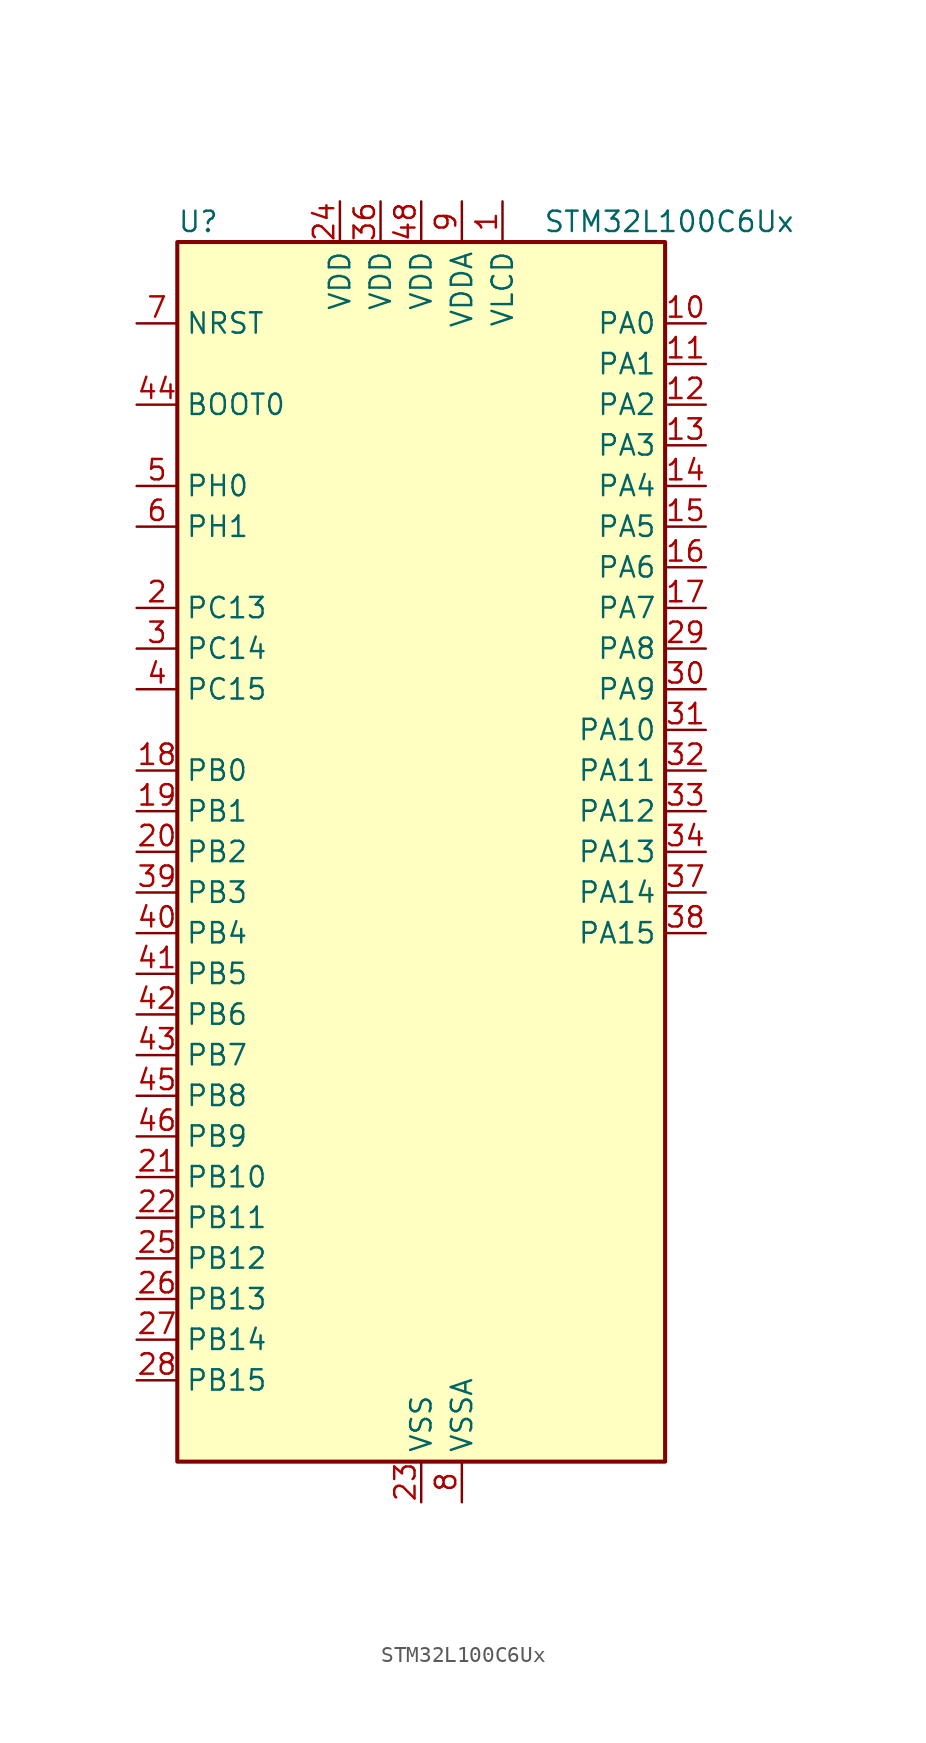
<source format=kicad_sym>
(kicad_symbol_lib
  (version 20241209)
  (generator "kicad_symbol_editor")
  (generator_version "9.0")
  (symbol "STM32L100C6Ux"
    (property "Reference" "U"
      (at -15.24 39.37 0)
      (effects (font (size 1.27 1.27)) (justify left)))
    (property "Value" "STM32L100C6Ux"
      (at 7.62 39.37 0)
      (effects (font (size 1.27 1.27)) (justify left)))
    (symbol "STM32L100C6Ux_0_1"
      (rectangle (start -15.24 -38.1) (end 15.24 38.1) (stroke (width 0.254) (type default)) (fill (type background))))
    (symbol "STM32L100C6Ux_1_1"
      (pin input line (at -17.78 33.02 0) (length 2.54) (name "NRST" (effects (font (size 1.27 1.27)))) (number "7" (effects (font (size 1.27 1.27)))))
      (pin input line (at -17.78 27.94 0) (length 2.54) (name "BOOT0" (effects (font (size 1.27 1.27)))) (number "44" (effects (font (size 1.27 1.27)))))
      (pin bidirectional line (at -17.78 22.86 0) (length 2.54) (name "PH0" (effects (font (size 1.27 1.27)))) (number "5" (effects (font (size 1.27 1.27)))) (alternate "RCC_OSC_IN" bidirectional line))
      (pin bidirectional line (at -17.78 20.32 0) (length 2.54) (name "PH1" (effects (font (size 1.27 1.27)))) (number "6" (effects (font (size 1.27 1.27)))) (alternate "RCC_OSC_OUT" bidirectional line))
      (pin bidirectional line (at -17.78 15.24 0) (length 2.54) (name "PC13" (effects (font (size 1.27 1.27)))) (number "2" (effects (font (size 1.27 1.27)))) (alternate "RTC_OUT_ALARM" bidirectional line) (alternate "RTC_OUT_CALIB" bidirectional line) (alternate "RTC_TAMP1" bidirectional line) (alternate "RTC_TS" bidirectional line) (alternate "SYS_WKUP2" bidirectional line) (alternate "TIMX_IC2" bidirectional line))
      (pin bidirectional line (at -17.78 12.7 0) (length 2.54) (name "PC14" (effects (font (size 1.27 1.27)))) (number "3" (effects (font (size 1.27 1.27)))) (alternate "RCC_OSC32_IN" bidirectional line) (alternate "TIMX_IC3" bidirectional line))
      (pin bidirectional line (at -17.78 10.16 0) (length 2.54) (name "PC15" (effects (font (size 1.27 1.27)))) (number "4" (effects (font (size 1.27 1.27)))) (alternate "ADC_EXTI15" bidirectional line) (alternate "RCC_OSC32_OUT" bidirectional line) (alternate "TIMX_IC4" bidirectional line))
      (pin bidirectional line (at -17.78 5.08 0) (length 2.54) (name "PB0" (effects (font (size 1.27 1.27)))) (number "18" (effects (font (size 1.27 1.27)))) (alternate "ADC_IN8" bidirectional line) (alternate "COMP1_INP" bidirectional line) (alternate "LCD_SEG5" bidirectional line) (alternate "SYS_V_REF_OUT" bidirectional line) (alternate "TIM3_CH3" bidirectional line))
      (pin bidirectional line (at -17.78 2.54 0) (length 2.54) (name "PB1" (effects (font (size 1.27 1.27)))) (number "19" (effects (font (size 1.27 1.27)))) (alternate "ADC_IN9" bidirectional line) (alternate "COMP1_INP" bidirectional line) (alternate "LCD_SEG6" bidirectional line) (alternate "SYS_V_REF_OUT" bidirectional line) (alternate "TIM3_CH4" bidirectional line))
      (pin bidirectional line (at -17.78 0 0) (length 2.54) (name "PB2" (effects (font (size 1.27 1.27)))) (number "20" (effects (font (size 1.27 1.27)))))
      (pin bidirectional line (at -17.78 -2.54 0) (length 2.54) (name "PB3" (effects (font (size 1.27 1.27)))) (number "39" (effects (font (size 1.27 1.27)))) (alternate "COMP2_INM" bidirectional line) (alternate "LCD_SEG7" bidirectional line) (alternate "SPI1_SCK" bidirectional line) (alternate "SYS_JTDO-TRACESWO" bidirectional line) (alternate "TIM2_CH2" bidirectional line))
      (pin bidirectional line (at -17.78 -5.08 0) (length 2.54) (name "PB4" (effects (font (size 1.27 1.27)))) (number "40" (effects (font (size 1.27 1.27)))) (alternate "COMP2_INP" bidirectional line) (alternate "LCD_SEG8" bidirectional line) (alternate "SPI1_MISO" bidirectional line) (alternate "SYS_JTRST" bidirectional line) (alternate "TIM3_CH1" bidirectional line))
      (pin bidirectional line (at -17.78 -7.62 0) (length 2.54) (name "PB5" (effects (font (size 1.27 1.27)))) (number "41" (effects (font (size 1.27 1.27)))) (alternate "COMP2_INP" bidirectional line) (alternate "I2C1_SMBA" bidirectional line) (alternate "LCD_SEG9" bidirectional line) (alternate "SPI1_MOSI" bidirectional line) (alternate "TIM3_CH2" bidirectional line))
      (pin bidirectional line (at -17.78 -10.16 0) (length 2.54) (name "PB6" (effects (font (size 1.27 1.27)))) (number "42" (effects (font (size 1.27 1.27)))) (alternate "I2C1_SCL" bidirectional line) (alternate "TIM4_CH1" bidirectional line) (alternate "USART1_TX" bidirectional line))
      (pin bidirectional line (at -17.78 -12.7 0) (length 2.54) (name "PB7" (effects (font (size 1.27 1.27)))) (number "43" (effects (font (size 1.27 1.27)))) (alternate "I2C1_SDA" bidirectional line) (alternate "SYS_PVD_IN" bidirectional line) (alternate "TIM4_CH2" bidirectional line) (alternate "USART1_RX" bidirectional line))
      (pin bidirectional line (at -17.78 -15.24 0) (length 2.54) (name "PB8" (effects (font (size 1.27 1.27)))) (number "45" (effects (font (size 1.27 1.27)))) (alternate "I2C1_SCL" bidirectional line) (alternate "LCD_SEG16" bidirectional line) (alternate "TIM10_CH1" bidirectional line) (alternate "TIM4_CH3" bidirectional line))
      (pin bidirectional line (at -17.78 -17.78 0) (length 2.54) (name "PB9" (effects (font (size 1.27 1.27)))) (number "46" (effects (font (size 1.27 1.27)))) (alternate "DAC_EXTI9" bidirectional line) (alternate "I2C1_SDA" bidirectional line) (alternate "LCD_COM3" bidirectional line) (alternate "TIM11_CH1" bidirectional line) (alternate "TIM4_CH4" bidirectional line))
      (pin bidirectional line (at -17.78 -20.32 0) (length 2.54) (name "PB10" (effects (font (size 1.27 1.27)))) (number "21" (effects (font (size 1.27 1.27)))) (alternate "I2C2_SCL" bidirectional line) (alternate "LCD_SEG10" bidirectional line) (alternate "TIM2_CH3" bidirectional line) (alternate "USART3_TX" bidirectional line))
      (pin bidirectional line (at -17.78 -22.86 0) (length 2.54) (name "PB11" (effects (font (size 1.27 1.27)))) (number "22" (effects (font (size 1.27 1.27)))) (alternate "ADC_EXTI11" bidirectional line) (alternate "I2C2_SDA" bidirectional line) (alternate "LCD_SEG11" bidirectional line) (alternate "TIM2_CH4" bidirectional line) (alternate "USART3_RX" bidirectional line))
      (pin bidirectional line (at -17.78 -25.4 0) (length 2.54) (name "PB12" (effects (font (size 1.27 1.27)))) (number "25" (effects (font (size 1.27 1.27)))) (alternate "ADC_IN18" bidirectional line) (alternate "COMP1_INP" bidirectional line) (alternate "I2C2_SMBA" bidirectional line) (alternate "LCD_SEG12" bidirectional line) (alternate "SPI2_NSS" bidirectional line) (alternate "TIM10_CH1" bidirectional line) (alternate "USART3_CK" bidirectional line))
      (pin bidirectional line (at -17.78 -27.94 0) (length 2.54) (name "PB13" (effects (font (size 1.27 1.27)))) (number "26" (effects (font (size 1.27 1.27)))) (alternate "ADC_IN19" bidirectional line) (alternate "COMP1_INP" bidirectional line) (alternate "LCD_SEG13" bidirectional line) (alternate "SPI2_SCK" bidirectional line) (alternate "TIM9_CH1" bidirectional line) (alternate "USART3_CTS" bidirectional line))
      (pin bidirectional line (at -17.78 -30.48 0) (length 2.54) (name "PB14" (effects (font (size 1.27 1.27)))) (number "27" (effects (font (size 1.27 1.27)))) (alternate "ADC_IN20" bidirectional line) (alternate "COMP1_INP" bidirectional line) (alternate "LCD_SEG14" bidirectional line) (alternate "SPI2_MISO" bidirectional line) (alternate "TIM9_CH2" bidirectional line) (alternate "USART3_RTS" bidirectional line))
      (pin bidirectional line (at -17.78 -33.02 0) (length 2.54) (name "PB15" (effects (font (size 1.27 1.27)))) (number "28" (effects (font (size 1.27 1.27)))) (alternate "ADC_EXTI15" bidirectional line) (alternate "ADC_IN21" bidirectional line) (alternate "COMP1_INP" bidirectional line) (alternate "LCD_SEG15" bidirectional line) (alternate "RTC_REFIN" bidirectional line) (alternate "SPI2_MOSI" bidirectional line) (alternate "TIM11_CH1" bidirectional line))
      (pin power_in line (at -5.08 40.64 270) (length 2.54) (name "VDD" (effects (font (size 1.27 1.27)))) (number "24" (effects (font (size 1.27 1.27)))))
      (pin power_in line (at -2.54 40.64 270) (length 2.54) (name "VDD" (effects (font (size 1.27 1.27)))) (number "36" (effects (font (size 1.27 1.27)))))
      (pin power_in line (at 0 40.64 270) (length 2.54) (name "VDD" (effects (font (size 1.27 1.27)))) (number "48" (effects (font (size 1.27 1.27)))))
      (pin power_in line (at 0 -40.64 90) (length 2.54) (name "VSS" (effects (font (size 1.27 1.27)))) (number "23" (effects (font (size 1.27 1.27)))))
      (pin passive line (at 0 -40.64 90) (length 2.54) (hide yes) (name "VSS" (effects (font (size 1.27 1.27)))) (number "35" (effects (font (size 1.27 1.27)))))
      (pin passive line (at 0 -40.64 90) (length 2.54) (hide yes) (name "VSS" (effects (font (size 1.27 1.27)))) (number "47" (effects (font (size 1.27 1.27)))))
      (pin passive line (at 0 -40.64 90) (length 2.54) (hide yes) (name "VSS" (effects (font (size 1.27 1.27)))) (number "49" (effects (font (size 1.27 1.27)))))
      (pin power_in line (at 2.54 40.64 270) (length 2.54) (name "VDDA" (effects (font (size 1.27 1.27)))) (number "9" (effects (font (size 1.27 1.27)))))
      (pin power_in line (at 2.54 -40.64 90) (length 2.54) (name "VSSA" (effects (font (size 1.27 1.27)))) (number "8" (effects (font (size 1.27 1.27)))))
      (pin power_in line (at 5.08 40.64 270) (length 2.54) (name "VLCD" (effects (font (size 1.27 1.27)))) (number "1" (effects (font (size 1.27 1.27)))))
      (pin bidirectional line (at 17.78 33.02 180) (length 2.54) (name "PA0" (effects (font (size 1.27 1.27)))) (number "10" (effects (font (size 1.27 1.27)))) (alternate "ADC_IN0" bidirectional line) (alternate "COMP1_INP" bidirectional line) (alternate "SYS_WKUP1" bidirectional line) (alternate "TIM2_CH1" bidirectional line) (alternate "TIM2_ETR" bidirectional line) (alternate "TIMX_IC1" bidirectional line) (alternate "USART2_CTS" bidirectional line))
      (pin bidirectional line (at 17.78 30.48 180) (length 2.54) (name "PA1" (effects (font (size 1.27 1.27)))) (number "11" (effects (font (size 1.27 1.27)))) (alternate "ADC_IN1" bidirectional line) (alternate "COMP1_INP" bidirectional line) (alternate "LCD_SEG0" bidirectional line) (alternate "TIM2_CH2" bidirectional line) (alternate "TIMX_IC2" bidirectional line) (alternate "USART2_RTS" bidirectional line))
      (pin bidirectional line (at 17.78 27.94 180) (length 2.54) (name "PA2" (effects (font (size 1.27 1.27)))) (number "12" (effects (font (size 1.27 1.27)))) (alternate "ADC_IN2" bidirectional line) (alternate "COMP1_INP" bidirectional line) (alternate "LCD_SEG1" bidirectional line) (alternate "TIM2_CH3" bidirectional line) (alternate "TIM9_CH1" bidirectional line) (alternate "TIMX_IC3" bidirectional line) (alternate "USART2_TX" bidirectional line))
      (pin bidirectional line (at 17.78 25.4 180) (length 2.54) (name "PA3" (effects (font (size 1.27 1.27)))) (number "13" (effects (font (size 1.27 1.27)))) (alternate "ADC_IN3" bidirectional line) (alternate "COMP1_INP" bidirectional line) (alternate "LCD_SEG2" bidirectional line) (alternate "TIM2_CH4" bidirectional line) (alternate "TIM9_CH2" bidirectional line) (alternate "TIMX_IC4" bidirectional line) (alternate "USART2_RX" bidirectional line))
      (pin bidirectional line (at 17.78 22.86 180) (length 2.54) (name "PA4" (effects (font (size 1.27 1.27)))) (number "14" (effects (font (size 1.27 1.27)))) (alternate "ADC_IN4" bidirectional line) (alternate "COMP1_INP" bidirectional line) (alternate "DAC_OUT1" bidirectional line) (alternate "SPI1_NSS" bidirectional line) (alternate "TIMX_IC1" bidirectional line) (alternate "USART2_CK" bidirectional line))
      (pin bidirectional line (at 17.78 20.32 180) (length 2.54) (name "PA5" (effects (font (size 1.27 1.27)))) (number "15" (effects (font (size 1.27 1.27)))) (alternate "ADC_IN5" bidirectional line) (alternate "COMP1_INP" bidirectional line) (alternate "DAC_OUT2" bidirectional line) (alternate "SPI1_SCK" bidirectional line) (alternate "TIM2_CH1" bidirectional line) (alternate "TIM2_ETR" bidirectional line) (alternate "TIMX_IC2" bidirectional line))
      (pin bidirectional line (at 17.78 17.78 180) (length 2.54) (name "PA6" (effects (font (size 1.27 1.27)))) (number "16" (effects (font (size 1.27 1.27)))) (alternate "ADC_IN6" bidirectional line) (alternate "COMP1_INP" bidirectional line) (alternate "LCD_SEG3" bidirectional line) (alternate "SPI1_MISO" bidirectional line) (alternate "TIM10_CH1" bidirectional line) (alternate "TIM3_CH1" bidirectional line) (alternate "TIMX_IC3" bidirectional line))
      (pin bidirectional line (at 17.78 15.24 180) (length 2.54) (name "PA7" (effects (font (size 1.27 1.27)))) (number "17" (effects (font (size 1.27 1.27)))) (alternate "ADC_IN7" bidirectional line) (alternate "COMP1_INP" bidirectional line) (alternate "LCD_SEG4" bidirectional line) (alternate "SPI1_MOSI" bidirectional line) (alternate "TIM11_CH1" bidirectional line) (alternate "TIM3_CH2" bidirectional line) (alternate "TIMX_IC4" bidirectional line))
      (pin bidirectional line (at 17.78 12.7 180) (length 2.54) (name "PA8" (effects (font (size 1.27 1.27)))) (number "29" (effects (font (size 1.27 1.27)))) (alternate "LCD_COM0" bidirectional line) (alternate "RCC_MCO" bidirectional line) (alternate "TIMX_IC1" bidirectional line) (alternate "USART1_CK" bidirectional line))
      (pin bidirectional line (at 17.78 10.16 180) (length 2.54) (name "PA9" (effects (font (size 1.27 1.27)))) (number "30" (effects (font (size 1.27 1.27)))) (alternate "DAC_EXTI9" bidirectional line) (alternate "LCD_COM1" bidirectional line) (alternate "TIMX_IC2" bidirectional line) (alternate "USART1_TX" bidirectional line))
      (pin bidirectional line (at 17.78 7.62 180) (length 2.54) (name "PA10" (effects (font (size 1.27 1.27)))) (number "31" (effects (font (size 1.27 1.27)))) (alternate "LCD_COM2" bidirectional line) (alternate "TIMX_IC3" bidirectional line) (alternate "USART1_RX" bidirectional line))
      (pin bidirectional line (at 17.78 5.08 180) (length 2.54) (name "PA11" (effects (font (size 1.27 1.27)))) (number "32" (effects (font (size 1.27 1.27)))) (alternate "ADC_EXTI11" bidirectional line) (alternate "SPI1_MISO" bidirectional line) (alternate "TIMX_IC4" bidirectional line) (alternate "USART1_CTS" bidirectional line) (alternate "USB_DM" bidirectional line))
      (pin bidirectional line (at 17.78 2.54 180) (length 2.54) (name "PA12" (effects (font (size 1.27 1.27)))) (number "33" (effects (font (size 1.27 1.27)))) (alternate "SPI1_MOSI" bidirectional line) (alternate "TIMX_IC1" bidirectional line) (alternate "USART1_RTS" bidirectional line) (alternate "USB_DP" bidirectional line))
      (pin bidirectional line (at 17.78 0 180) (length 2.54) (name "PA13" (effects (font (size 1.27 1.27)))) (number "34" (effects (font (size 1.27 1.27)))) (alternate "SYS_JTMS-SWDIO" bidirectional line) (alternate "TIMX_IC2" bidirectional line))
      (pin bidirectional line (at 17.78 -2.54 180) (length 2.54) (name "PA14" (effects (font (size 1.27 1.27)))) (number "37" (effects (font (size 1.27 1.27)))) (alternate "SYS_JTCK-SWCLK" bidirectional line) (alternate "TIMX_IC3" bidirectional line))
      (pin bidirectional line (at 17.78 -5.08 180) (length 2.54) (name "PA15" (effects (font (size 1.27 1.27)))) (number "38" (effects (font (size 1.27 1.27)))) (alternate "ADC_EXTI15" bidirectional line) (alternate "LCD_SEG17" bidirectional line) (alternate "SPI1_NSS" bidirectional line) (alternate "SYS_JTDI" bidirectional line) (alternate "TIM2_CH1" bidirectional line) (alternate "TIM2_ETR" bidirectional line) (alternate "TIMX_IC4" bidirectional line)))))
</source>
